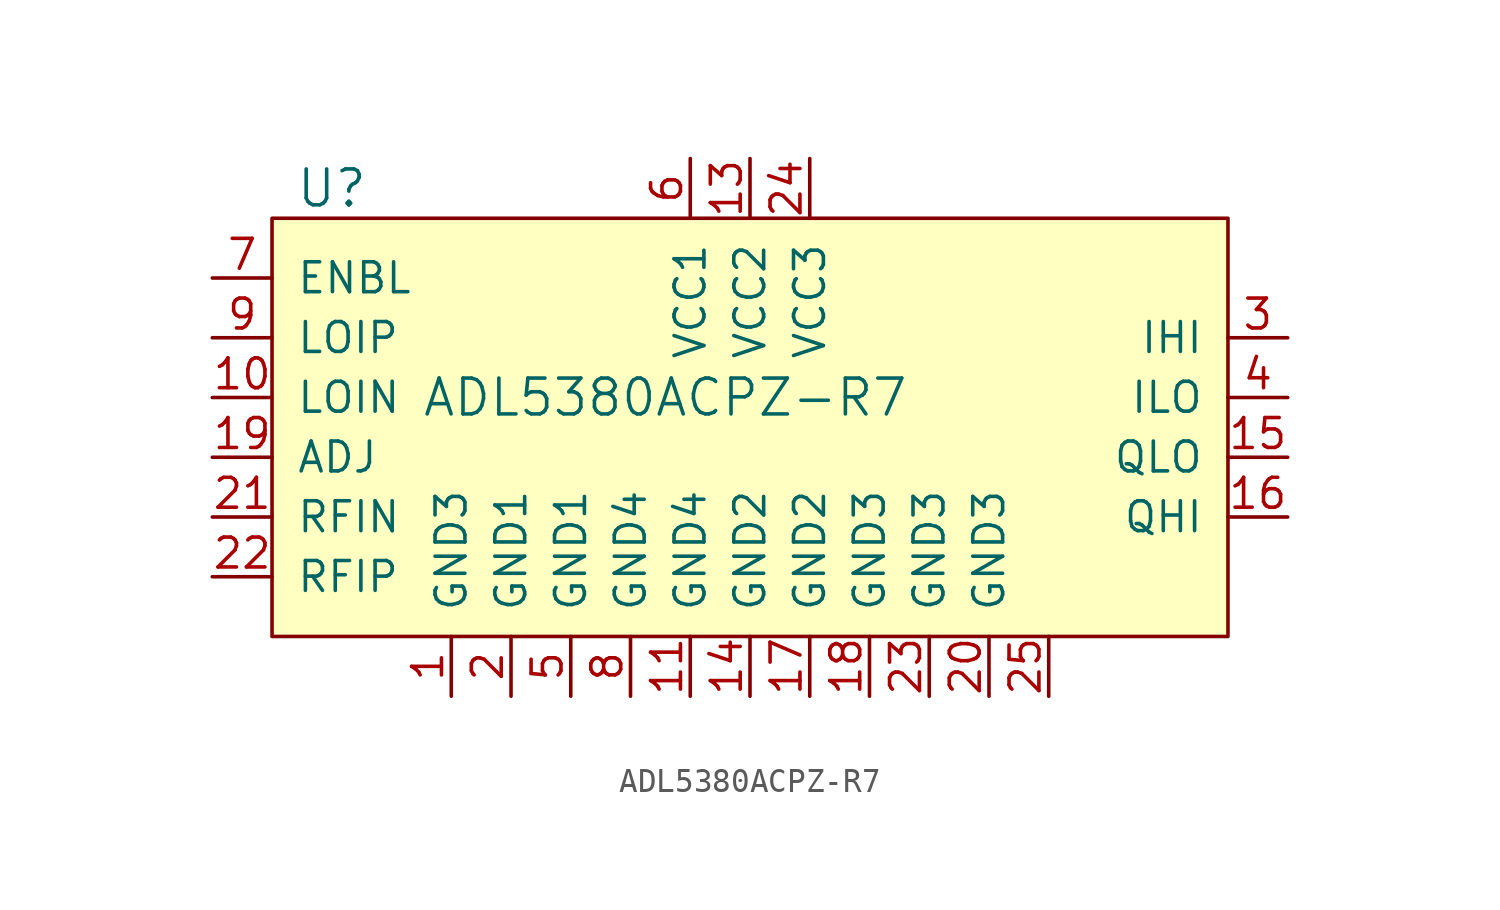
<source format=kicad_sym>
(kicad_symbol_lib
  (version 20220914)
  (generator kicad_symbol_editor)
  (symbol "ADL5380ACPZ-R7"
    (pin_names
      (offset 1.016))
    (property "Reference" "U"
      (at -17.78 8.89 0)
      (effects (font (size 1.524 1.524))))
    (property "Value" "ADL5380ACPZ-R7"
      (at -13.97 0 0)
      (effects (font (size 1.524 1.524)) (justify left)))
    (symbol "ADL5380ACPZ-R7_0_1"
      (rectangle (start -20.32 7.62) (end 20.32 -10.16) (stroke (width 0) (type default)) (fill (type background))))
    (symbol "ADL5380ACPZ-R7_1_1"
      (pin power_in line (at -12.7 -12.7 90) (length 2.54) (name "GND3" (effects (font (size 1.27 1.27)))) (number "1" (effects (font (size 1.27 1.27)))))
      (pin input line (at -22.86 0 0) (length 2.54) (name "LOIN" (effects (font (size 1.27 1.27)))) (number "10" (effects (font (size 1.27 1.27)))))
      (pin power_in line (at -2.54 -12.7 90) (length 2.54) (name "GND4" (effects (font (size 1.27 1.27)))) (number "11" (effects (font (size 1.27 1.27)))))
      (pin no_connect line (at 5.08 7.62 270) (length 2.54) hide (name "NC" (effects (font (size 1.27 1.27)))) (number "12" (effects (font (size 1.27 1.27)))))
      (pin power_in line (at 0 10.16 270) (length 2.54) (name "VCC2" (effects (font (size 1.27 1.27)))) (number "13" (effects (font (size 1.27 1.27)))))
      (pin power_in line (at 0 -12.7 90) (length 2.54) (name "GND2" (effects (font (size 1.27 1.27)))) (number "14" (effects (font (size 1.27 1.27)))))
      (pin output line (at 22.86 -2.54 180) (length 2.54) (name "QLO" (effects (font (size 1.27 1.27)))) (number "15" (effects (font (size 1.27 1.27)))))
      (pin output line (at 22.86 -5.08 180) (length 2.54) (name "QHI" (effects (font (size 1.27 1.27)))) (number "16" (effects (font (size 1.27 1.27)))))
      (pin power_in line (at 2.54 -12.7 90) (length 2.54) (name "GND2" (effects (font (size 1.27 1.27)))) (number "17" (effects (font (size 1.27 1.27)))))
      (pin power_in line (at 5.08 -12.7 90) (length 2.54) (name "GND3" (effects (font (size 1.27 1.27)))) (number "18" (effects (font (size 1.27 1.27)))))
      (pin input line (at -22.86 -2.54 0) (length 2.54) (name "ADJ" (effects (font (size 1.27 1.27)))) (number "19" (effects (font (size 1.27 1.27)))))
      (pin power_in line (at -10.16 -12.7 90) (length 2.54) (name "GND1" (effects (font (size 1.27 1.27)))) (number "2" (effects (font (size 1.27 1.27)))))
      (pin power_in line (at 10.16 -12.7 90) (length 2.54) (name "GND3" (effects (font (size 1.27 1.27)))) (number "20" (effects (font (size 1.27 1.27)))))
      (pin input line (at -22.86 -5.08 0) (length 2.54) (name "RFIN" (effects (font (size 1.27 1.27)))) (number "21" (effects (font (size 1.27 1.27)))))
      (pin input line (at -22.86 -7.62 0) (length 2.54) (name "RFIP" (effects (font (size 1.27 1.27)))) (number "22" (effects (font (size 1.27 1.27)))))
      (pin power_in line (at 7.62 -12.7 90) (length 2.54) (name "GND3" (effects (font (size 1.27 1.27)))) (number "23" (effects (font (size 1.27 1.27)))))
      (pin power_in line (at 2.54 10.16 270) (length 2.54) (name "VCC3" (effects (font (size 1.27 1.27)))) (number "24" (effects (font (size 1.27 1.27)))))
      (pin unspecified line (at 12.7 -12.7 90) (length 2.54) (name "~" (effects (font (size 1.27 1.27)))) (number "25" (effects (font (size 1.27 1.27)))))
      (pin output line (at 22.86 2.54 180) (length 2.54) (name "IHI" (effects (font (size 1.27 1.27)))) (number "3" (effects (font (size 1.27 1.27)))))
      (pin output line (at 22.86 0 180) (length 2.54) (name "ILO" (effects (font (size 1.27 1.27)))) (number "4" (effects (font (size 1.27 1.27)))))
      (pin power_in line (at -7.62 -12.7 90) (length 2.54) (name "GND1" (effects (font (size 1.27 1.27)))) (number "5" (effects (font (size 1.27 1.27)))))
      (pin power_in line (at -2.54 10.16 270) (length 2.54) (name "VCC1" (effects (font (size 1.27 1.27)))) (number "6" (effects (font (size 1.27 1.27)))))
      (pin input line (at -22.86 5.08 0) (length 2.54) (name "ENBL" (effects (font (size 1.27 1.27)))) (number "7" (effects (font (size 1.27 1.27)))))
      (pin power_in line (at -5.08 -12.7 90) (length 2.54) (name "GND4" (effects (font (size 1.27 1.27)))) (number "8" (effects (font (size 1.27 1.27)))))
      (pin input line (at -22.86 2.54 0) (length 2.54) (name "LOIP" (effects (font (size 1.27 1.27)))) (number "9" (effects (font (size 1.27 1.27))))))))
</source>
